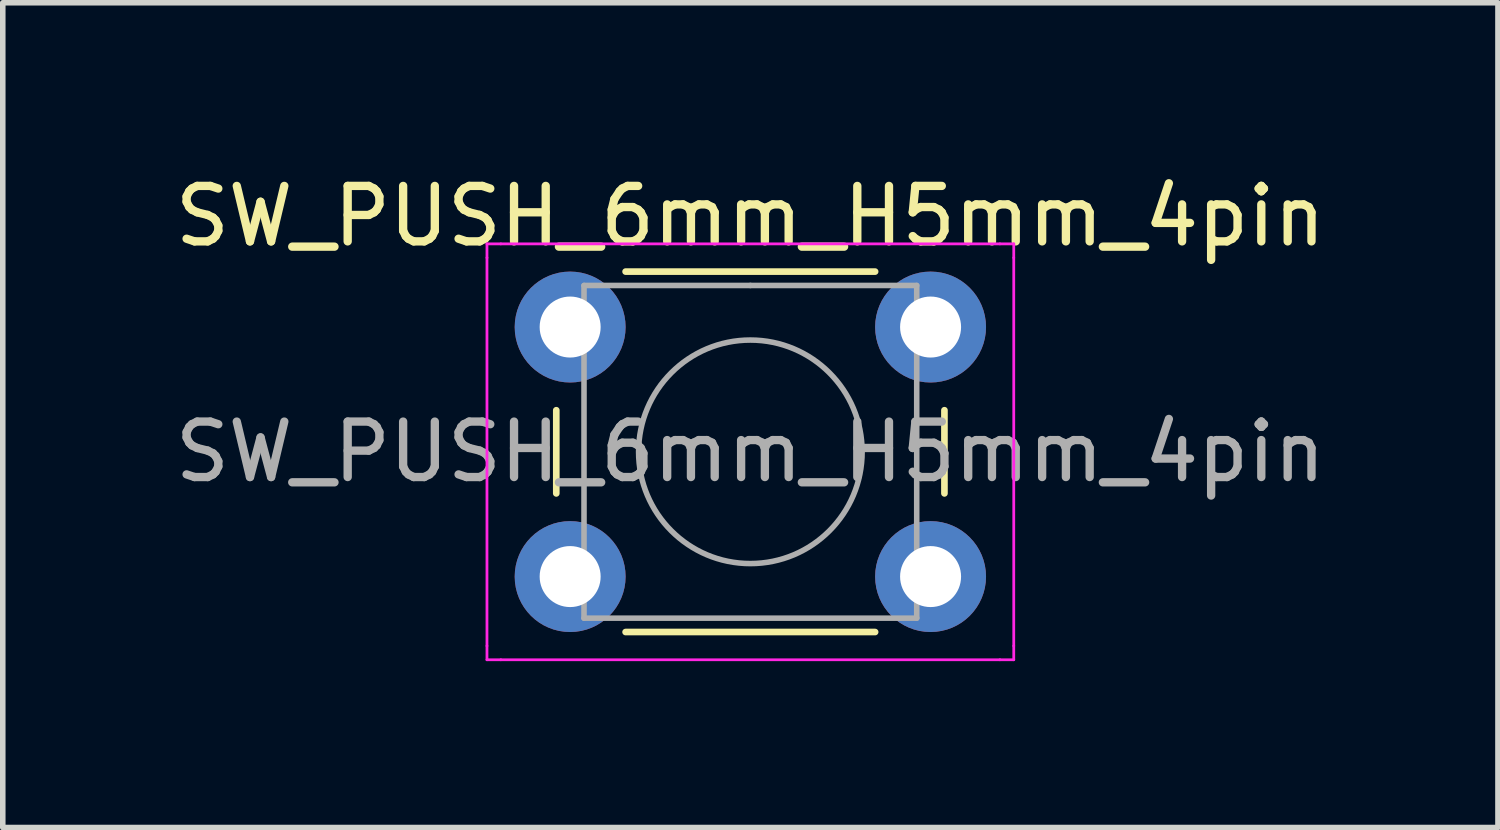
<source format=kicad_pcb>
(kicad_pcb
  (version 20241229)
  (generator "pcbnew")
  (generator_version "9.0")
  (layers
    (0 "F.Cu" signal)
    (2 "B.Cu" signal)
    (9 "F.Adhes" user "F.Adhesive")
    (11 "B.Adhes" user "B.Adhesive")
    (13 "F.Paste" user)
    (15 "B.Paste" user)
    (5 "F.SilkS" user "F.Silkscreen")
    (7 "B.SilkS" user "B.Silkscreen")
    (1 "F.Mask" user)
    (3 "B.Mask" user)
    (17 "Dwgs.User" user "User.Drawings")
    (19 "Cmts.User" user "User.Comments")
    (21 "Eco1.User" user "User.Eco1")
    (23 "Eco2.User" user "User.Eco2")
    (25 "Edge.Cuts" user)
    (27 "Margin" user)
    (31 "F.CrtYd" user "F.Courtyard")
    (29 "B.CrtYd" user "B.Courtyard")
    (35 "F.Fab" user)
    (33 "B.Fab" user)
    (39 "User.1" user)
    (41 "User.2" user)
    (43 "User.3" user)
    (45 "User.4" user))
  (footprint "SW_PUSH_6mm_H5mm_4pin"
    (layer "F.Cu")
    (at 7.232 2.848)
    (property "Reference" "SW_PUSH_6mm_H5mm_4pin" (at 3.25 -2 0) (layer "F.SilkS") (effects (font (size 1 1) (thickness 0.15))))
    (attr through_hole)
    (fp_line (start -0.25 1.5) (end -0.25 3) (stroke (width 0.12) (type solid)) (layer "F.SilkS"))
    (fp_line (start 1 5.5) (end 5.5 5.5) (stroke (width 0.12) (type solid)) (layer "F.SilkS"))
    (fp_line (start 5.5 -1) (end 1 -1) (stroke (width 0.12) (type solid)) (layer "F.SilkS"))
    (fp_line (start 6.75 3) (end 6.75 1.5) (stroke (width 0.12) (type solid)) (layer "F.SilkS"))
    (fp_line (start -1.5 -1.5) (end -1.25 -1.5) (stroke (width 0.05) (type solid)) (layer "F.CrtYd"))
    (fp_line (start -1.5 -1.25) (end -1.5 -1.5) (stroke (width 0.05) (type solid)) (layer "F.CrtYd"))
    (fp_line (start -1.5 5.75) (end -1.5 -1.25) (stroke (width 0.05) (type solid)) (layer "F.CrtYd"))
    (fp_line (start -1.5 5.75) (end -1.5 6) (stroke (width 0.05) (type solid)) (layer "F.CrtYd"))
    (fp_line (start -1.5 6) (end -1.25 6) (stroke (width 0.05) (type solid)) (layer "F.CrtYd"))
    (fp_line (start -1.25 -1.5) (end 7.75 -1.5) (stroke (width 0.05) (type solid)) (layer "F.CrtYd"))
    (fp_line (start 7.75 -1.5) (end 8 -1.5) (stroke (width 0.05) (type solid)) (layer "F.CrtYd"))
    (fp_line (start 7.75 6) (end -1.25 6) (stroke (width 0.05) (type solid)) (layer "F.CrtYd"))
    (fp_line (start 7.75 6) (end 8 6) (stroke (width 0.05) (type solid)) (layer "F.CrtYd"))
    (fp_line (start 8 -1.5) (end 8 -1.25) (stroke (width 0.05) (type solid)) (layer "F.CrtYd"))
    (fp_line (start 8 -1.25) (end 8 5.75) (stroke (width 0.05) (type solid)) (layer "F.CrtYd"))
    (fp_line (start 8 6) (end 8 5.75) (stroke (width 0.05) (type solid)) (layer "F.CrtYd"))
    (fp_line (start 0.25 -0.75) (end 3.25 -0.75) (stroke (width 0.1) (type solid)) (layer "F.Fab"))
    (fp_line (start 0.25 5.25) (end 0.25 -0.75) (stroke (width 0.1) (type solid)) (layer "F.Fab"))
    (fp_line (start 3.25 -0.75) (end 6.25 -0.75) (stroke (width 0.1) (type solid)) (layer "F.Fab"))
    (fp_line (start 6.25 -0.75) (end 6.25 5.25) (stroke (width 0.1) (type solid)) (layer "F.Fab"))
    (fp_line (start 6.25 5.25) (end 0.25 5.25) (stroke (width 0.1) (type solid)) (layer "F.Fab"))
    (fp_circle (center 3.25 2.25) (end 1.25 2.5) (stroke (width 0.1) (type solid)) (fill no) (layer "F.Fab"))
    (fp_text user "${REFERENCE}" (at 3.25 2.25 0) (layer "F.Fab") (effects (font (size 1 1) (thickness 0.15))))
    (pad "1" thru_hole circle (at 0 0 90) (size 2 2) (drill 1.1) (layers "*.Cu" "*.Mask"))
    (pad "2" thru_hole circle (at 0 4.5 90) (size 2 2) (drill 1.1) (layers "*.Cu" "*.Mask"))
    (pad "3" thru_hole circle (at 6.5 0 90) (size 2 2) (drill 1.1) (layers "*.Cu" "*.Mask"))
    (pad "4" thru_hole circle (at 6.5 4.5 90) (size 2 2) (drill 1.1) (layers "*.Cu" "*.Mask")))
  (gr_rect
    (start -3 -3)
    (end 23.964 11.873)
    (stroke (width 0.1) (type default))
    (fill no)
    (layer "Edge.Cuts")))
</source>
